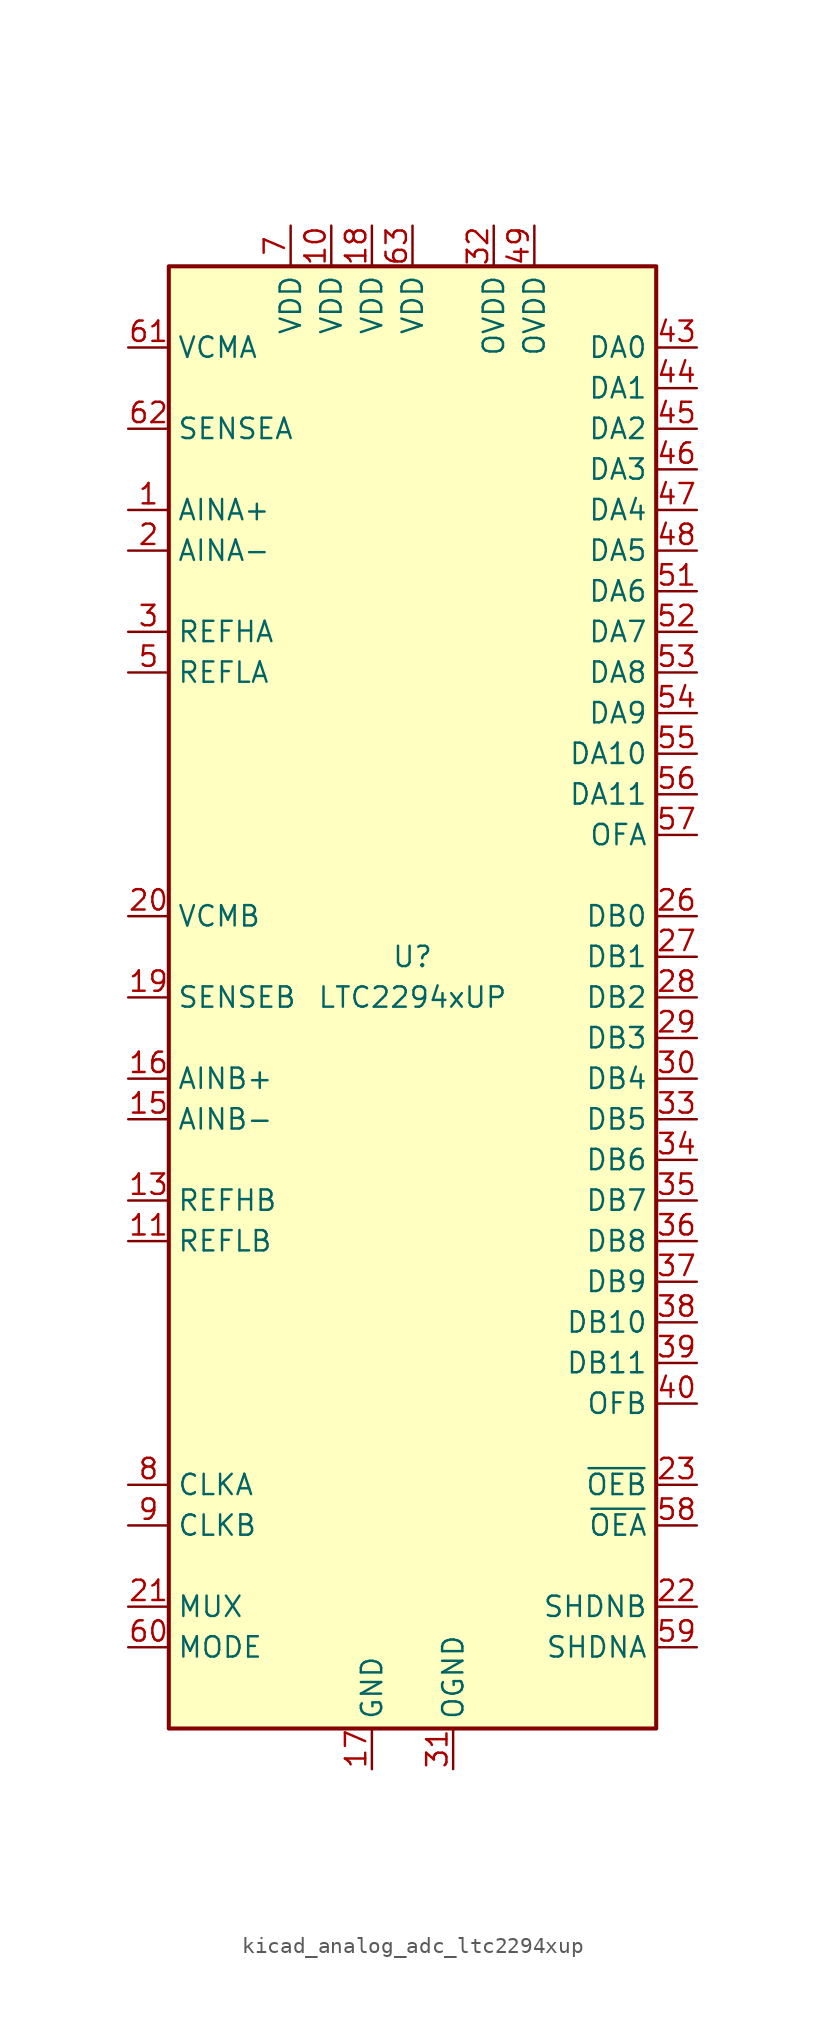
<source format=kicad_sym>
(kicad_symbol_lib
  (version 20220914)
  (generator kicad_symbol_editor)
  (symbol "kicad_analog_adc_ltc2294xup"
    (property "Reference" "U"
      (at 0 2.54 0)
      (effects (font (size 1.27 1.27))))
    (property "Value" "LTC2294xUP"
      (at 0 0 0)
      (effects (font (size 1.27 1.27))))
    (symbol "kicad_analog_adc_ltc2294xup_0_1"
      (rectangle (start -15.24 45.72) (end 15.24 -45.72) (stroke (width 0.254) (type default)) (fill (type background))))
    (symbol "kicad_analog_adc_ltc2294xup_1_1"
      (pin input line (at -17.78 30.48 0) (length 2.54) (name "AINA+" (effects (font (size 1.27 1.27)))) (number "1" (effects (font (size 1.27 1.27)))))
      (pin power_in line (at -5.08 48.26 270) (length 2.54) (name "VDD" (effects (font (size 1.27 1.27)))) (number "10" (effects (font (size 1.27 1.27)))))
      (pin input line (at -17.78 -15.24 0) (length 2.54) (name "REFLB" (effects (font (size 1.27 1.27)))) (number "11" (effects (font (size 1.27 1.27)))))
      (pin input line (at -17.78 -15.24 0) (length 2.54) hide (name "REFLB" (effects (font (size 1.27 1.27)))) (number "12" (effects (font (size 1.27 1.27)))))
      (pin input line (at -17.78 -12.7 0) (length 2.54) (name "REFHB" (effects (font (size 1.27 1.27)))) (number "13" (effects (font (size 1.27 1.27)))))
      (pin input line (at -17.78 -12.7 0) (length 2.54) hide (name "REFHB" (effects (font (size 1.27 1.27)))) (number "14" (effects (font (size 1.27 1.27)))))
      (pin input line (at -17.78 -7.62 0) (length 2.54) (name "AINB-" (effects (font (size 1.27 1.27)))) (number "15" (effects (font (size 1.27 1.27)))))
      (pin input line (at -17.78 -5.08 0) (length 2.54) (name "AINB+" (effects (font (size 1.27 1.27)))) (number "16" (effects (font (size 1.27 1.27)))))
      (pin power_in line (at -2.54 -48.26 90) (length 2.54) (name "GND" (effects (font (size 1.27 1.27)))) (number "17" (effects (font (size 1.27 1.27)))))
      (pin power_in line (at -2.54 48.26 270) (length 2.54) (name "VDD" (effects (font (size 1.27 1.27)))) (number "18" (effects (font (size 1.27 1.27)))))
      (pin input line (at -17.78 0 0) (length 2.54) (name "SENSEB" (effects (font (size 1.27 1.27)))) (number "19" (effects (font (size 1.27 1.27)))))
      (pin input line (at -17.78 27.94 0) (length 2.54) (name "AINA-" (effects (font (size 1.27 1.27)))) (number "2" (effects (font (size 1.27 1.27)))))
      (pin passive line (at -17.78 5.08 0) (length 2.54) (name "VCMB" (effects (font (size 1.27 1.27)))) (number "20" (effects (font (size 1.27 1.27)))))
      (pin input line (at -17.78 -38.1 0) (length 2.54) (name "MUX" (effects (font (size 1.27 1.27)))) (number "21" (effects (font (size 1.27 1.27)))))
      (pin input line (at 17.78 -38.1 180) (length 2.54) (name "SHDNB" (effects (font (size 1.27 1.27)))) (number "22" (effects (font (size 1.27 1.27)))))
      (pin input line (at 17.78 -30.48 180) (length 2.54) (name "~{OEB}" (effects (font (size 1.27 1.27)))) (number "23" (effects (font (size 1.27 1.27)))))
      (pin no_connect line (at -15.24 -20.32 0) (length 2.54) hide (name "NC" (effects (font (size 1.27 1.27)))) (number "24" (effects (font (size 1.27 1.27)))))
      (pin no_connect line (at -15.24 -22.86 0) (length 2.54) hide (name "NC" (effects (font (size 1.27 1.27)))) (number "25" (effects (font (size 1.27 1.27)))))
      (pin output line (at 17.78 5.08 180) (length 2.54) (name "DB0" (effects (font (size 1.27 1.27)))) (number "26" (effects (font (size 1.27 1.27)))))
      (pin output line (at 17.78 2.54 180) (length 2.54) (name "DB1" (effects (font (size 1.27 1.27)))) (number "27" (effects (font (size 1.27 1.27)))))
      (pin output line (at 17.78 0 180) (length 2.54) (name "DB2" (effects (font (size 1.27 1.27)))) (number "28" (effects (font (size 1.27 1.27)))))
      (pin output line (at 17.78 -2.54 180) (length 2.54) (name "DB3" (effects (font (size 1.27 1.27)))) (number "29" (effects (font (size 1.27 1.27)))))
      (pin input line (at -17.78 22.86 0) (length 2.54) (name "REFHA" (effects (font (size 1.27 1.27)))) (number "3" (effects (font (size 1.27 1.27)))))
      (pin output line (at 17.78 -5.08 180) (length 2.54) (name "DB4" (effects (font (size 1.27 1.27)))) (number "30" (effects (font (size 1.27 1.27)))))
      (pin power_in line (at 2.54 -48.26 90) (length 2.54) (name "OGND" (effects (font (size 1.27 1.27)))) (number "31" (effects (font (size 1.27 1.27)))))
      (pin power_in line (at 5.08 48.26 270) (length 2.54) (name "OVDD" (effects (font (size 1.27 1.27)))) (number "32" (effects (font (size 1.27 1.27)))))
      (pin output line (at 17.78 -7.62 180) (length 2.54) (name "DB5" (effects (font (size 1.27 1.27)))) (number "33" (effects (font (size 1.27 1.27)))))
      (pin output line (at 17.78 -10.16 180) (length 2.54) (name "DB6" (effects (font (size 1.27 1.27)))) (number "34" (effects (font (size 1.27 1.27)))))
      (pin output line (at 17.78 -12.7 180) (length 2.54) (name "DB7" (effects (font (size 1.27 1.27)))) (number "35" (effects (font (size 1.27 1.27)))))
      (pin output line (at 17.78 -15.24 180) (length 2.54) (name "DB8" (effects (font (size 1.27 1.27)))) (number "36" (effects (font (size 1.27 1.27)))))
      (pin output line (at 17.78 -17.78 180) (length 2.54) (name "DB9" (effects (font (size 1.27 1.27)))) (number "37" (effects (font (size 1.27 1.27)))))
      (pin output line (at 17.78 -20.32 180) (length 2.54) (name "DB10" (effects (font (size 1.27 1.27)))) (number "38" (effects (font (size 1.27 1.27)))))
      (pin output line (at 17.78 -22.86 180) (length 2.54) (name "DB11" (effects (font (size 1.27 1.27)))) (number "39" (effects (font (size 1.27 1.27)))))
      (pin input line (at -17.78 22.86 0) (length 2.54) hide (name "REFHA" (effects (font (size 1.27 1.27)))) (number "4" (effects (font (size 1.27 1.27)))))
      (pin output line (at 17.78 -25.4 180) (length 2.54) (name "OFB" (effects (font (size 1.27 1.27)))) (number "40" (effects (font (size 1.27 1.27)))))
      (pin no_connect line (at -15.24 -25.4 0) (length 2.54) hide (name "NC" (effects (font (size 1.27 1.27)))) (number "41" (effects (font (size 1.27 1.27)))))
      (pin no_connect line (at -15.24 -27.94 0) (length 2.54) hide (name "NC" (effects (font (size 1.27 1.27)))) (number "42" (effects (font (size 1.27 1.27)))))
      (pin output line (at 17.78 40.64 180) (length 2.54) (name "DA0" (effects (font (size 1.27 1.27)))) (number "43" (effects (font (size 1.27 1.27)))))
      (pin output line (at 17.78 38.1 180) (length 2.54) (name "DA1" (effects (font (size 1.27 1.27)))) (number "44" (effects (font (size 1.27 1.27)))))
      (pin output line (at 17.78 35.56 180) (length 2.54) (name "DA2" (effects (font (size 1.27 1.27)))) (number "45" (effects (font (size 1.27 1.27)))))
      (pin output line (at 17.78 33.02 180) (length 2.54) (name "DA3" (effects (font (size 1.27 1.27)))) (number "46" (effects (font (size 1.27 1.27)))))
      (pin output line (at 17.78 30.48 180) (length 2.54) (name "DA4" (effects (font (size 1.27 1.27)))) (number "47" (effects (font (size 1.27 1.27)))))
      (pin output line (at 17.78 27.94 180) (length 2.54) (name "DA5" (effects (font (size 1.27 1.27)))) (number "48" (effects (font (size 1.27 1.27)))))
      (pin power_in line (at 7.62 48.26 270) (length 2.54) (name "OVDD" (effects (font (size 1.27 1.27)))) (number "49" (effects (font (size 1.27 1.27)))))
      (pin input line (at -17.78 20.32 0) (length 2.54) (name "REFLA" (effects (font (size 1.27 1.27)))) (number "5" (effects (font (size 1.27 1.27)))))
      (pin passive line (at 2.54 -48.26 90) (length 2.54) hide (name "OGND" (effects (font (size 1.27 1.27)))) (number "50" (effects (font (size 1.27 1.27)))))
      (pin output line (at 17.78 25.4 180) (length 2.54) (name "DA6" (effects (font (size 1.27 1.27)))) (number "51" (effects (font (size 1.27 1.27)))))
      (pin output line (at 17.78 22.86 180) (length 2.54) (name "DA7" (effects (font (size 1.27 1.27)))) (number "52" (effects (font (size 1.27 1.27)))))
      (pin output line (at 17.78 20.32 180) (length 2.54) (name "DA8" (effects (font (size 1.27 1.27)))) (number "53" (effects (font (size 1.27 1.27)))))
      (pin output line (at 17.78 17.78 180) (length 2.54) (name "DA9" (effects (font (size 1.27 1.27)))) (number "54" (effects (font (size 1.27 1.27)))))
      (pin output line (at 17.78 15.24 180) (length 2.54) (name "DA10" (effects (font (size 1.27 1.27)))) (number "55" (effects (font (size 1.27 1.27)))))
      (pin output line (at 17.78 12.7 180) (length 2.54) (name "DA11" (effects (font (size 1.27 1.27)))) (number "56" (effects (font (size 1.27 1.27)))))
      (pin output line (at 17.78 10.16 180) (length 2.54) (name "OFA" (effects (font (size 1.27 1.27)))) (number "57" (effects (font (size 1.27 1.27)))))
      (pin input line (at 17.78 -33.02 180) (length 2.54) (name "~{OEA}" (effects (font (size 1.27 1.27)))) (number "58" (effects (font (size 1.27 1.27)))))
      (pin input line (at 17.78 -40.64 180) (length 2.54) (name "SHDNA" (effects (font (size 1.27 1.27)))) (number "59" (effects (font (size 1.27 1.27)))))
      (pin input line (at -17.78 20.32 0) (length 2.54) hide (name "REFLA" (effects (font (size 1.27 1.27)))) (number "6" (effects (font (size 1.27 1.27)))))
      (pin input line (at -17.78 -40.64 0) (length 2.54) (name "MODE" (effects (font (size 1.27 1.27)))) (number "60" (effects (font (size 1.27 1.27)))))
      (pin passive line (at -17.78 40.64 0) (length 2.54) (name "VCMA" (effects (font (size 1.27 1.27)))) (number "61" (effects (font (size 1.27 1.27)))))
      (pin input line (at -17.78 35.56 0) (length 2.54) (name "SENSEA" (effects (font (size 1.27 1.27)))) (number "62" (effects (font (size 1.27 1.27)))))
      (pin power_in line (at 0 48.26 270) (length 2.54) (name "VDD" (effects (font (size 1.27 1.27)))) (number "63" (effects (font (size 1.27 1.27)))))
      (pin passive line (at -2.54 -48.26 90) (length 2.54) hide (name "GND" (effects (font (size 1.27 1.27)))) (number "64" (effects (font (size 1.27 1.27)))))
      (pin passive line (at -2.54 -48.26 90) (length 2.54) hide (name "GND" (effects (font (size 1.27 1.27)))) (number "65" (effects (font (size 1.27 1.27)))))
      (pin power_in line (at -7.62 48.26 270) (length 2.54) (name "VDD" (effects (font (size 1.27 1.27)))) (number "7" (effects (font (size 1.27 1.27)))))
      (pin input line (at -17.78 -30.48 0) (length 2.54) (name "CLKA" (effects (font (size 1.27 1.27)))) (number "8" (effects (font (size 1.27 1.27)))))
      (pin input line (at -17.78 -33.02 0) (length 2.54) (name "CLKB" (effects (font (size 1.27 1.27)))) (number "9" (effects (font (size 1.27 1.27))))))))
</source>
